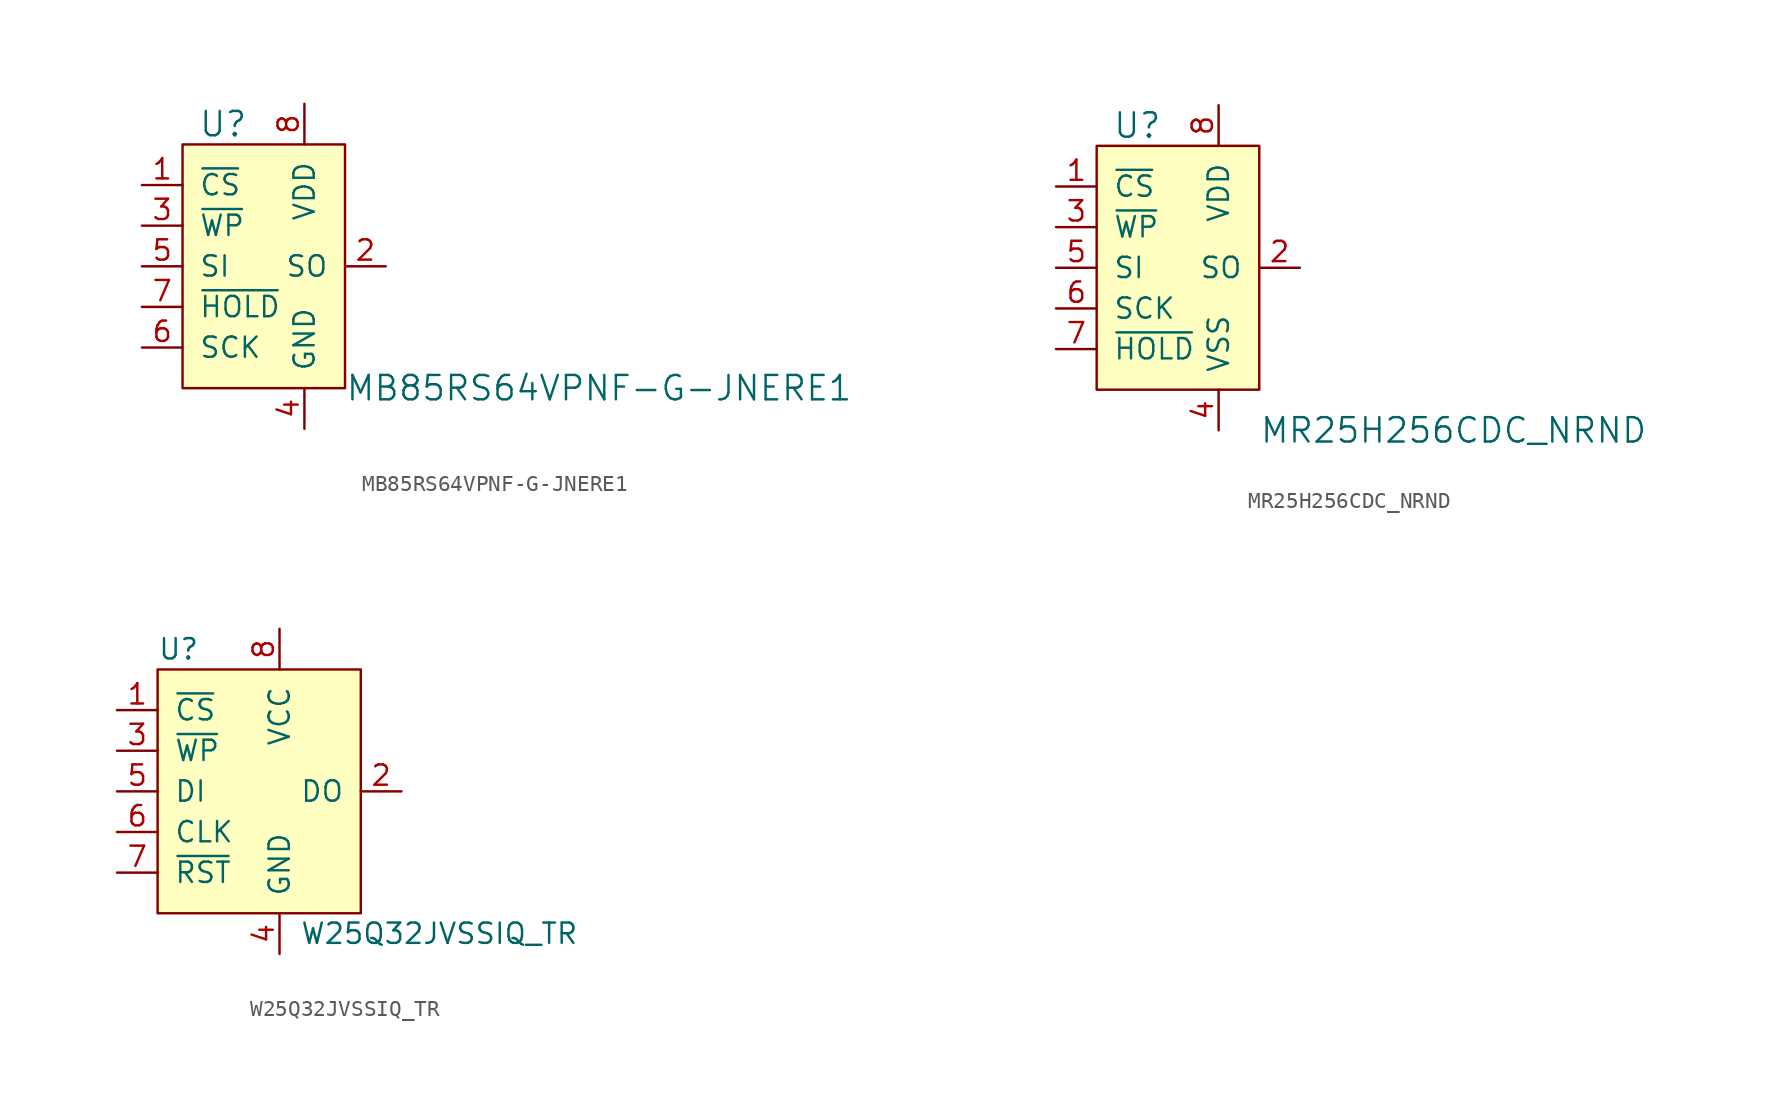
<source format=kicad_sym>
(kicad_symbol_lib
  (version 20220914)
  (generator kicad_symbol_editor)
  (symbol "MB85RS64VPNF-G-JNERE1"
    (pin_names
      (offset 1.016))
    (property "Reference" "U"
      (at -2.54 6.35 0)
      (effects (font (size 1.524 1.524))))
    (property "Value" "MB85RS64VPNF-G-JNERE1"
      (at 5.08 -10.16 0)
      (effects (font (size 1.524 1.524)) (justify left)))
    (symbol "MB85RS64VPNF-G-JNERE1_0_1"
      (rectangle (start -5.08 5.08) (end 5.08 -10.16) (stroke (width 0) (type default)) (fill (type background))))
    (symbol "MB85RS64VPNF-G-JNERE1_1_1"
      (pin input line (at -7.62 2.54 0) (length 2.54) (name "~{CS}" (effects (font (size 1.27 1.27)))) (number "1" (effects (font (size 1.27 1.27)))))
      (pin output line (at 7.62 -2.54 180) (length 2.54) (name "SO" (effects (font (size 1.27 1.27)))) (number "2" (effects (font (size 1.27 1.27)))))
      (pin input line (at -7.62 0 0) (length 2.54) (name "~{WP}" (effects (font (size 1.27 1.27)))) (number "3" (effects (font (size 1.27 1.27)))))
      (pin power_in line (at 2.54 -12.7 90) (length 2.54) (name "GND" (effects (font (size 1.27 1.27)))) (number "4" (effects (font (size 1.27 1.27)))))
      (pin input line (at -7.62 -2.54 0) (length 2.54) (name "SI" (effects (font (size 1.27 1.27)))) (number "5" (effects (font (size 1.27 1.27)))))
      (pin input line (at -7.62 -7.62 0) (length 2.54) (name "SCK" (effects (font (size 1.27 1.27)))) (number "6" (effects (font (size 1.27 1.27)))))
      (pin input line (at -7.62 -5.08 0) (length 2.54) (name "~{HOLD}" (effects (font (size 1.27 1.27)))) (number "7" (effects (font (size 1.27 1.27)))))
      (pin power_in line (at 2.54 7.62 270) (length 2.54) (name "VDD" (effects (font (size 1.27 1.27)))) (number "8" (effects (font (size 1.27 1.27)))))))
  (symbol "MR25H256CDC_NRND"
    (pin_names
      (offset 1.016))
    (property "Reference" "U"
      (at -2.54 3.81 0)
      (effects (font (size 1.524 1.524))))
    (property "Value" "MR25H256CDC_NRND"
      (at 5.08 -15.24 0)
      (effects (font (size 1.524 1.524)) (justify left)))
    (symbol "MR25H256CDC_NRND_0_1"
      (rectangle (start -5.08 2.54) (end 5.08 -12.7) (stroke (width 0) (type default)) (fill (type background))))
    (symbol "MR25H256CDC_NRND_1_1"
      (pin input line (at -7.62 0 0) (length 2.54) (name "~{CS}" (effects (font (size 1.27 1.27)))) (number "1" (effects (font (size 1.27 1.27)))))
      (pin output line (at 7.62 -5.08 180) (length 2.54) (name "SO" (effects (font (size 1.27 1.27)))) (number "2" (effects (font (size 1.27 1.27)))))
      (pin input line (at -7.62 -2.54 0) (length 2.54) (name "~{WP}" (effects (font (size 1.27 1.27)))) (number "3" (effects (font (size 1.27 1.27)))))
      (pin power_in line (at 2.54 -15.24 90) (length 2.54) (name "VSS" (effects (font (size 1.27 1.27)))) (number "4" (effects (font (size 1.27 1.27)))))
      (pin input line (at -7.62 -5.08 0) (length 2.54) (name "SI" (effects (font (size 1.27 1.27)))) (number "5" (effects (font (size 1.27 1.27)))))
      (pin input line (at -7.62 -7.62 0) (length 2.54) (name "SCK" (effects (font (size 1.27 1.27)))) (number "6" (effects (font (size 1.27 1.27)))))
      (pin input line (at -7.62 -10.16 0) (length 2.54) (name "~{HOLD}" (effects (font (size 1.27 1.27)))) (number "7" (effects (font (size 1.27 1.27)))))
      (pin power_in line (at 2.54 5.08 270) (length 2.54) (name "VDD" (effects (font (size 1.27 1.27)))) (number "8" (effects (font (size 1.27 1.27)))))))
  (symbol "W25Q32JVSSIQ_TR"
    (pin_names
      (offset 1.016))
    (property "Reference" "U"
      (at -7.62 8.89 0)
      (effects (font (size 1.27 1.27)) (justify left)))
    (property "Value" "W25Q32JVSSIQ_TR"
      (at 1.27 -8.89 0)
      (effects (font (size 1.27 1.27)) (justify left)))
    (symbol "W25Q32JVSSIQ_TR_0_1"
      (rectangle (start -7.62 7.62) (end 5.08 -7.62) (stroke (width 0) (type default)) (fill (type background))))
    (symbol "W25Q32JVSSIQ_TR_1_1"
      (pin input line (at -10.16 5.08 0) (length 2.54) (name "~{CS}" (effects (font (size 1.27 1.27)))) (number "1" (effects (font (size 1.27 1.27)))))
      (pin output line (at 7.62 0 180) (length 2.54) (name "DO" (effects (font (size 1.27 1.27)))) (number "2" (effects (font (size 1.27 1.27)))))
      (pin input line (at -10.16 2.54 0) (length 2.54) (name "~{WP}" (effects (font (size 1.27 1.27)))) (number "3" (effects (font (size 1.27 1.27)))))
      (pin power_in line (at 0 -10.16 90) (length 2.54) (name "GND" (effects (font (size 1.27 1.27)))) (number "4" (effects (font (size 1.27 1.27)))))
      (pin input line (at -10.16 0 0) (length 2.54) (name "DI" (effects (font (size 1.27 1.27)))) (number "5" (effects (font (size 1.27 1.27)))))
      (pin input line (at -10.16 -2.54 0) (length 2.54) (name "CLK" (effects (font (size 1.27 1.27)))) (number "6" (effects (font (size 1.27 1.27)))))
      (pin input line (at -10.16 -5.08 0) (length 2.54) (name "~{RST}" (effects (font (size 1.27 1.27)))) (number "7" (effects (font (size 1.27 1.27)))))
      (pin power_in line (at 0 10.16 270) (length 2.54) (name "VCC" (effects (font (size 1.27 1.27)))) (number "8" (effects (font (size 1.27 1.27))))))))
</source>
